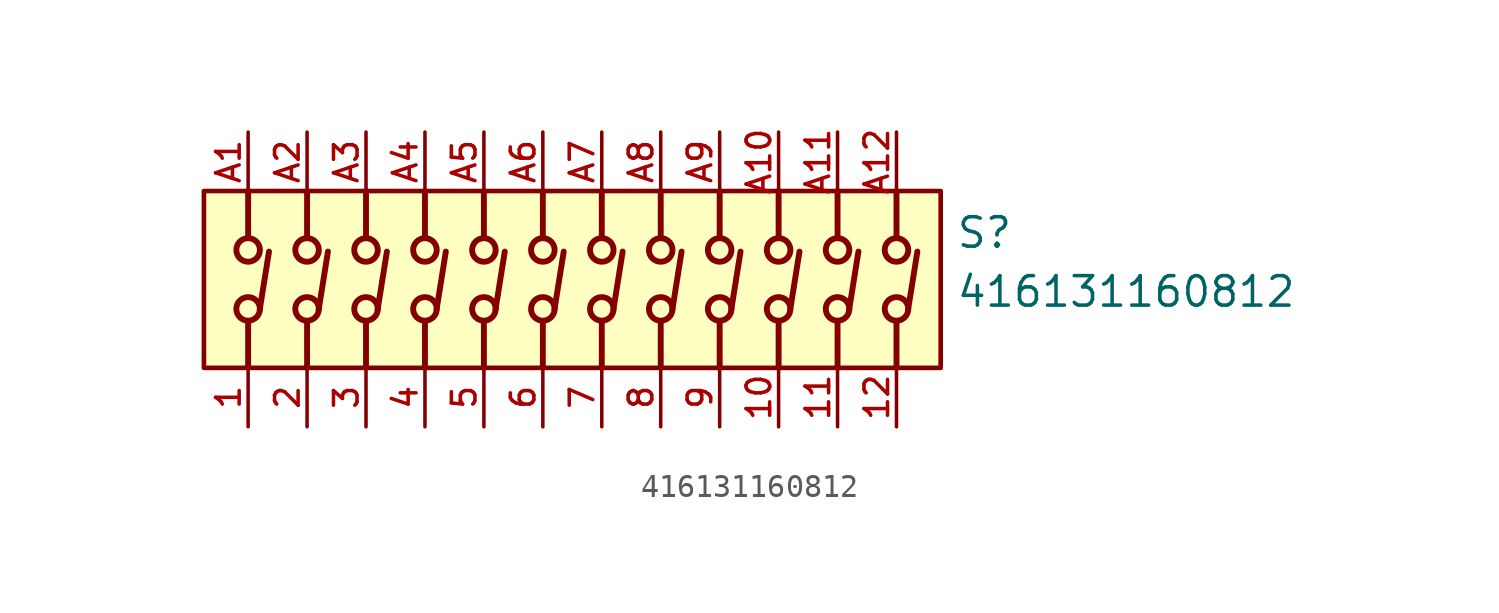
<source format=kicad_sym>
(kicad_symbol_lib
  (version 20211014)
  (generator kicad_symbol_editor)
  (symbol "416131160812"
    (pin_names
      (offset 1.016))
    (property "Reference" "S"
      (at 15.24 2.54 0)
      (effects (font (size 1.27 1.27)) (justify bottom left)))
    (property "Value" "416131160812"
      (at 15.24 0.0 0)
      (effects (font (size 1.27 1.27)) (justify bottom left)))
    (symbol "416131160812_0_0"
      (polyline (pts (xy -15.24 -2.54) (xy -15.24 -0.535)) (stroke (width 0.254)))
      (polyline (pts (xy -15.24 5.08) (xy -15.24 3.075)) (stroke (width 0.254)))
      (polyline (pts (xy -14.74 -0.03) (xy -14.34 2.47)) (stroke (width 0.254)))
      (polyline (pts (xy -12.7 -2.54) (xy -12.7 -0.535)) (stroke (width 0.254)))
      (polyline (pts (xy -12.7 5.08) (xy -12.7 3.075)) (stroke (width 0.254)))
      (polyline (pts (xy -12.2 -0.03) (xy -11.8 2.47)) (stroke (width 0.254)))
      (polyline (pts (xy -10.16 -2.54) (xy -10.16 -0.535)) (stroke (width 0.254)))
      (polyline (pts (xy -10.16 5.08) (xy -10.16 3.075)) (stroke (width 0.254)))
      (polyline (pts (xy -9.66 -0.03) (xy -9.26 2.47)) (stroke (width 0.254)))
      (polyline (pts (xy -7.62 -2.54) (xy -7.62 -0.535)) (stroke (width 0.254)))
      (polyline (pts (xy -7.62 5.08) (xy -7.62 3.075)) (stroke (width 0.254)))
      (polyline (pts (xy -7.12 -0.03) (xy -6.72 2.47)) (stroke (width 0.254)))
      (polyline (pts (xy -5.08 -2.54) (xy -5.08 -0.535)) (stroke (width 0.254)))
      (polyline (pts (xy -5.08 5.08) (xy -5.08 3.075)) (stroke (width 0.254)))
      (polyline (pts (xy -4.58 -0.03) (xy -4.18 2.47)) (stroke (width 0.254)))
      (polyline (pts (xy -2.54 -2.54) (xy -2.54 -0.535)) (stroke (width 0.254)))
      (polyline (pts (xy -2.54 5.08) (xy -2.54 3.075)) (stroke (width 0.254)))
      (polyline (pts (xy -2.04 -0.03) (xy -1.64 2.47)) (stroke (width 0.254)))
      (polyline (pts (xy 0.0 -2.54) (xy 0.0 -0.535)) (stroke (width 0.254)))
      (polyline (pts (xy 0.0 5.08) (xy 0.0 3.075)) (stroke (width 0.254)))
      (polyline (pts (xy 0.5 -0.03) (xy 0.9 2.47)) (stroke (width 0.254)))
      (polyline (pts (xy 2.54 -2.54) (xy 2.54 -0.535)) (stroke (width 0.254)))
      (polyline (pts (xy 2.54 5.08) (xy 2.54 3.075)) (stroke (width 0.254)))
      (polyline (pts (xy 3.04 -0.03) (xy 3.44 2.47)) (stroke (width 0.254)))
      (polyline (pts (xy 5.08 -2.54) (xy 5.08 -0.535)) (stroke (width 0.254)))
      (polyline (pts (xy 5.08 5.08) (xy 5.08 3.075)) (stroke (width 0.254)))
      (polyline (pts (xy 5.58 -0.03) (xy 5.98 2.47)) (stroke (width 0.254)))
      (polyline (pts (xy 7.62 -2.54) (xy 7.62 -0.535)) (stroke (width 0.254)))
      (polyline (pts (xy 7.62 5.08) (xy 7.62 3.075)) (stroke (width 0.254)))
      (polyline (pts (xy 8.12 -0.03) (xy 8.52 2.47)) (stroke (width 0.254)))
      (polyline (pts (xy 10.16 -2.54) (xy 10.16 -0.535)) (stroke (width 0.254)))
      (polyline (pts (xy 10.16 5.08) (xy 10.16 3.075)) (stroke (width 0.254)))
      (polyline (pts (xy 10.66 -0.03) (xy 11.06 2.47)) (stroke (width 0.254)))
      (polyline (pts (xy 12.7 -2.54) (xy 12.7 -0.535)) (stroke (width 0.254)))
      (polyline (pts (xy 12.7 5.08) (xy 12.7 3.075)) (stroke (width 0.254)))
      (polyline (pts (xy 13.2 -0.03) (xy 13.6 2.47)) (stroke (width 0.254)))
      (circle (center -15.24 2.54) (radius 0.508) (stroke (width 0.254)) (fill (type none)))
      (circle (center -15.24 0.0) (radius 0.508) (stroke (width 0.254)) (fill (type none)))
      (circle (center -12.7 2.54) (radius 0.508) (stroke (width 0.254)) (fill (type none)))
      (circle (center -12.7 0.0) (radius 0.508) (stroke (width 0.254)) (fill (type none)))
      (circle (center -10.16 2.54) (radius 0.508) (stroke (width 0.254)) (fill (type none)))
      (circle (center -10.16 0.0) (radius 0.508) (stroke (width 0.254)) (fill (type none)))
      (circle (center -7.62 2.54) (radius 0.508) (stroke (width 0.254)) (fill (type none)))
      (circle (center -7.62 0.0) (radius 0.508) (stroke (width 0.254)) (fill (type none)))
      (circle (center -5.08 2.54) (radius 0.508) (stroke (width 0.254)) (fill (type none)))
      (circle (center -5.08 0.0) (radius 0.508) (stroke (width 0.254)) (fill (type none)))
      (circle (center -2.54 2.54) (radius 0.508) (stroke (width 0.254)) (fill (type none)))
      (circle (center -2.54 0.0) (radius 0.508) (stroke (width 0.254)) (fill (type none)))
      (circle (center 0.0 2.54) (radius 0.508) (stroke (width 0.254)) (fill (type none)))
      (circle (center 0.0 0.0) (radius 0.508) (stroke (width 0.254)) (fill (type none)))
      (circle (center 2.54 2.54) (radius 0.508) (stroke (width 0.254)) (fill (type none)))
      (circle (center 2.54 0.0) (radius 0.508) (stroke (width 0.254)) (fill (type none)))
      (circle (center 5.08 2.54) (radius 0.508) (stroke (width 0.254)) (fill (type none)))
      (circle (center 5.08 0.0) (radius 0.508) (stroke (width 0.254)) (fill (type none)))
      (circle (center 7.62 2.54) (radius 0.508) (stroke (width 0.254)) (fill (type none)))
      (circle (center 7.62 0.0) (radius 0.508) (stroke (width 0.254)) (fill (type none)))
      (circle (center 10.16 2.54) (radius 0.508) (stroke (width 0.254)) (fill (type none)))
      (circle (center 10.16 0.0) (radius 0.508) (stroke (width 0.254)) (fill (type none)))
      (circle (center 12.7 2.54) (radius 0.508) (stroke (width 0.254)) (fill (type none)))
      (circle (center 12.7 0.0) (radius 0.508) (stroke (width 0.254)) (fill (type none)))
      (rectangle (start -17.145 -2.54) (end 14.605 5.08) (stroke (width 0.2)) (fill (type background)))
      (pin passive line (at -15.24 -5.08 90.0) (length 2.54) (name "~" (effects (font (size 1.016 1.016)))) (number "1" (effects (font (size 1.016 1.016)))))
      (pin passive line (at -15.24 7.62 270.0) (length 2.54) (name "~" (effects (font (size 1.016 1.016)))) (number "A1" (effects (font (size 1.016 1.016)))))
      (pin passive line (at -12.7 -5.08 90.0) (length 2.54) (name "~" (effects (font (size 1.016 1.016)))) (number "2" (effects (font (size 1.016 1.016)))))
      (pin passive line (at -12.7 7.62 270.0) (length 2.54) (name "~" (effects (font (size 1.016 1.016)))) (number "A2" (effects (font (size 1.016 1.016)))))
      (pin passive line (at -10.16 -5.08 90.0) (length 2.54) (name "~" (effects (font (size 1.016 1.016)))) (number "3" (effects (font (size 1.016 1.016)))))
      (pin passive line (at -10.16 7.62 270.0) (length 2.54) (name "~" (effects (font (size 1.016 1.016)))) (number "A3" (effects (font (size 1.016 1.016)))))
      (pin passive line (at -7.62 -5.08 90.0) (length 2.54) (name "~" (effects (font (size 1.016 1.016)))) (number "4" (effects (font (size 1.016 1.016)))))
      (pin passive line (at -7.62 7.62 270.0) (length 2.54) (name "~" (effects (font (size 1.016 1.016)))) (number "A4" (effects (font (size 1.016 1.016)))))
      (pin passive line (at -5.08 -5.08 90.0) (length 2.54) (name "~" (effects (font (size 1.016 1.016)))) (number "5" (effects (font (size 1.016 1.016)))))
      (pin passive line (at -5.08 7.62 270.0) (length 2.54) (name "~" (effects (font (size 1.016 1.016)))) (number "A5" (effects (font (size 1.016 1.016)))))
      (pin passive line (at -2.54 -5.08 90.0) (length 2.54) (name "~" (effects (font (size 1.016 1.016)))) (number "6" (effects (font (size 1.016 1.016)))))
      (pin passive line (at -2.54 7.62 270.0) (length 2.54) (name "~" (effects (font (size 1.016 1.016)))) (number "A6" (effects (font (size 1.016 1.016)))))
      (pin passive line (at 0.0 -5.08 90.0) (length 2.54) (name "~" (effects (font (size 1.016 1.016)))) (number "7" (effects (font (size 1.016 1.016)))))
      (pin passive line (at 0.0 7.62 270.0) (length 2.54) (name "~" (effects (font (size 1.016 1.016)))) (number "A7" (effects (font (size 1.016 1.016)))))
      (pin passive line (at 2.54 -5.08 90.0) (length 2.54) (name "~" (effects (font (size 1.016 1.016)))) (number "8" (effects (font (size 1.016 1.016)))))
      (pin passive line (at 2.54 7.62 270.0) (length 2.54) (name "~" (effects (font (size 1.016 1.016)))) (number "A8" (effects (font (size 1.016 1.016)))))
      (pin passive line (at 5.08 -5.08 90.0) (length 2.54) (name "~" (effects (font (size 1.016 1.016)))) (number "9" (effects (font (size 1.016 1.016)))))
      (pin passive line (at 5.08 7.62 270.0) (length 2.54) (name "~" (effects (font (size 1.016 1.016)))) (number "A9" (effects (font (size 1.016 1.016)))))
      (pin passive line (at 7.62 -5.08 90.0) (length 2.54) (name "~" (effects (font (size 1.016 1.016)))) (number "10" (effects (font (size 1.016 1.016)))))
      (pin passive line (at 7.62 7.62 270.0) (length 2.54) (name "~" (effects (font (size 1.016 1.016)))) (number "A10" (effects (font (size 1.016 1.016)))))
      (pin passive line (at 10.16 -5.08 90.0) (length 2.54) (name "~" (effects (font (size 1.016 1.016)))) (number "11" (effects (font (size 1.016 1.016)))))
      (pin passive line (at 12.7 -5.08 90.0) (length 2.54) (name "~" (effects (font (size 1.016 1.016)))) (number "12" (effects (font (size 1.016 1.016)))))
      (pin passive line (at 10.16 7.62 270.0) (length 2.54) (name "~" (effects (font (size 1.016 1.016)))) (number "A11" (effects (font (size 1.016 1.016)))))
      (pin passive line (at 12.7 7.62 270.0) (length 2.54) (name "~" (effects (font (size 1.016 1.016)))) (number "A12" (effects (font (size 1.016 1.016))))))))
</source>
